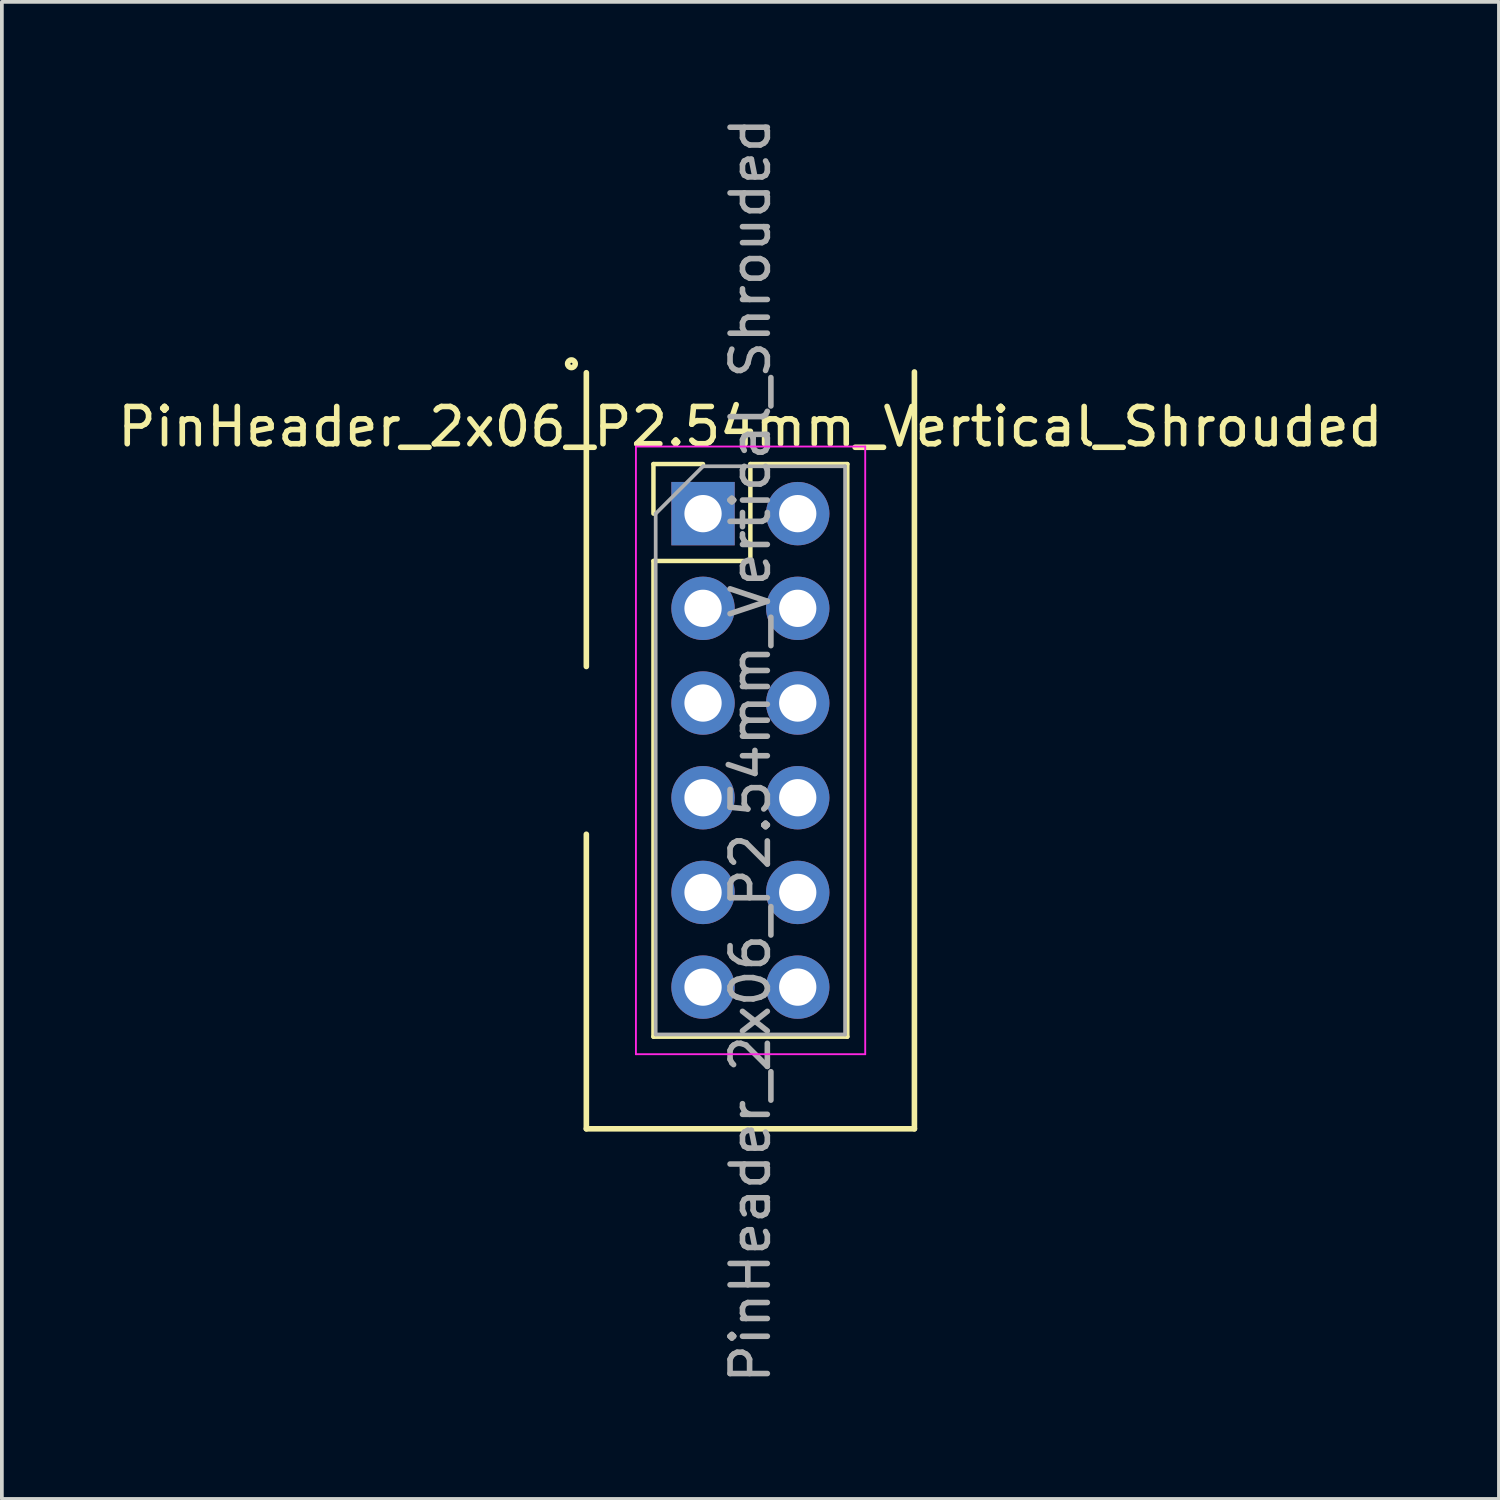
<source format=kicad_pcb>
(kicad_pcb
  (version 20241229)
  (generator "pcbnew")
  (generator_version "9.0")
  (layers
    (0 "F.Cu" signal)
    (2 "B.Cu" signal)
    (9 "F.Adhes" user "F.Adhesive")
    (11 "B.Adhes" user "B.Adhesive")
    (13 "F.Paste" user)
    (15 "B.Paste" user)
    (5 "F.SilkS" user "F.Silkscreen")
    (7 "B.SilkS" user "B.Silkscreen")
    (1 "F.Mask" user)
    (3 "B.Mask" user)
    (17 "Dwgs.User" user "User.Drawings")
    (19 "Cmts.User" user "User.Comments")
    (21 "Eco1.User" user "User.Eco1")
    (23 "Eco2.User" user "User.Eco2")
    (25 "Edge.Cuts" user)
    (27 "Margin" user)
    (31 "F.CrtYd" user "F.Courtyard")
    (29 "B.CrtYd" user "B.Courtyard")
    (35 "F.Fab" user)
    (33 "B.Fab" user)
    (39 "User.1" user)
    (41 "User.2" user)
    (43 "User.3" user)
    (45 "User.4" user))
  (footprint "PinHeader_2x06_P2.54mm_Vertical_Shrouded"
    (layer "F.Cu")
    (at 15.807 10.727)
    (property "Reference" "PinHeader_2x06_P2.54mm_Vertical_Shrouded" (at 1.27 -2.33 0) (layer "F.SilkS") (effects (font (size 1 1) (thickness 0.15))))
    (attr through_hole)
    (fp_line (start -3.13 -3.78) (end -3.13 4.1) (stroke (width 0.15) (type solid)) (layer "F.SilkS"))
    (fp_line (start -3.13 8.6) (end -3.13 16.5) (stroke (width 0.15) (type solid)) (layer "F.SilkS"))
    (fp_line (start -3.13 16.5) (end 5.67 16.5) (stroke (width 0.15) (type solid)) (layer "F.SilkS"))
    (fp_line (start -1.33 -1.33) (end 0 -1.33) (stroke (width 0.12) (type solid)) (layer "F.SilkS"))
    (fp_line (start -1.33 0) (end -1.33 -1.33) (stroke (width 0.12) (type solid)) (layer "F.SilkS"))
    (fp_line (start -1.33 1.27) (end -1.33 14.03) (stroke (width 0.12) (type solid)) (layer "F.SilkS"))
    (fp_line (start -1.33 1.27) (end 1.27 1.27) (stroke (width 0.12) (type solid)) (layer "F.SilkS"))
    (fp_line (start -1.33 14.03) (end 3.87 14.03) (stroke (width 0.12) (type solid)) (layer "F.SilkS"))
    (fp_line (start 1.27 -1.33) (end 3.87 -1.33) (stroke (width 0.12) (type solid)) (layer "F.SilkS"))
    (fp_line (start 1.27 1.27) (end 1.27 -1.33) (stroke (width 0.12) (type solid)) (layer "F.SilkS"))
    (fp_line (start 3.87 -1.33) (end 3.87 14.03) (stroke (width 0.12) (type solid)) (layer "F.SilkS"))
    (fp_line (start 5.67 -3.8) (end 5.67 16.5) (stroke (width 0.15) (type solid)) (layer "F.SilkS"))
    (fp_circle (center -3.53 -4.02) (end -3.428 -4.02) (stroke (width 0.15) (type solid)) (fill no) (layer "F.SilkS"))
    (fp_line (start -3.13 -3.78) (end 5.67 -3.78) (stroke (width 0.15) (type solid)) (layer "B.Paste"))
    (fp_line (start -1.8 -1.8) (end -1.8 14.5) (stroke (width 0.05) (type solid)) (layer "F.CrtYd"))
    (fp_line (start -1.8 14.5) (end 4.35 14.5) (stroke (width 0.05) (type solid)) (layer "F.CrtYd"))
    (fp_line (start 4.35 -1.8) (end -1.8 -1.8) (stroke (width 0.05) (type solid)) (layer "F.CrtYd"))
    (fp_line (start 4.35 14.5) (end 4.35 -1.8) (stroke (width 0.05) (type solid)) (layer "F.CrtYd"))
    (fp_line (start -1.27 0) (end 0 -1.27) (stroke (width 0.1) (type solid)) (layer "F.Fab"))
    (fp_line (start -1.27 13.97) (end -1.27 0) (stroke (width 0.1) (type solid)) (layer "F.Fab"))
    (fp_line (start 0 -1.27) (end 3.81 -1.27) (stroke (width 0.1) (type solid)) (layer "F.Fab"))
    (fp_line (start 3.81 -1.27) (end 3.81 13.97) (stroke (width 0.1) (type solid)) (layer "F.Fab"))
    (fp_line (start 3.81 13.97) (end -1.27 13.97) (stroke (width 0.1) (type solid)) (layer "F.Fab"))
    (fp_text user "${REFERENCE}" (at 1.27 6.35 90) (layer "F.Fab") (effects (font (size 1 1) (thickness 0.15))))
    (pad "1" thru_hole rect (at 0 0) (size 1.7 1.7) (drill 1) (layers "*.Cu" "*.Mask"))
    (pad "2" thru_hole oval (at 2.54 0) (size 1.7 1.7) (drill 1) (layers "*.Cu" "*.Mask"))
    (pad "3" thru_hole oval (at 0 2.54) (size 1.7 1.7) (drill 1) (layers "*.Cu" "*.Mask"))
    (pad "4" thru_hole oval (at 2.54 2.54) (size 1.7 1.7) (drill 1) (layers "*.Cu" "*.Mask"))
    (pad "5" thru_hole oval (at 0 5.08) (size 1.7 1.7) (drill 1) (layers "*.Cu" "*.Mask"))
    (pad "6" thru_hole oval (at 2.54 5.08) (size 1.7 1.7) (drill 1) (layers "*.Cu" "*.Mask"))
    (pad "7" thru_hole oval (at 0 7.62) (size 1.7 1.7) (drill 1) (layers "*.Cu" "*.Mask"))
    (pad "8" thru_hole oval (at 2.54 7.62) (size 1.7 1.7) (drill 1) (layers "*.Cu" "*.Mask"))
    (pad "9" thru_hole oval (at 0 10.16) (size 1.7 1.7) (drill 1) (layers "*.Cu" "*.Mask"))
    (pad "10" thru_hole oval (at 2.54 10.16) (size 1.7 1.7) (drill 1) (layers "*.Cu" "*.Mask"))
    (pad "11" thru_hole oval (at 0 12.7) (size 1.7 1.7) (drill 1) (layers "*.Cu" "*.Mask"))
    (pad "12" thru_hole oval (at 2.54 12.7) (size 1.7 1.7) (drill 1) (layers "*.Cu" "*.Mask")))
  (gr_rect
    (start -3 -3)
    (end 37.155 37.155)
    (stroke (width 0.1) (type default))
    (fill no)
    (layer "Edge.Cuts")))
</source>
